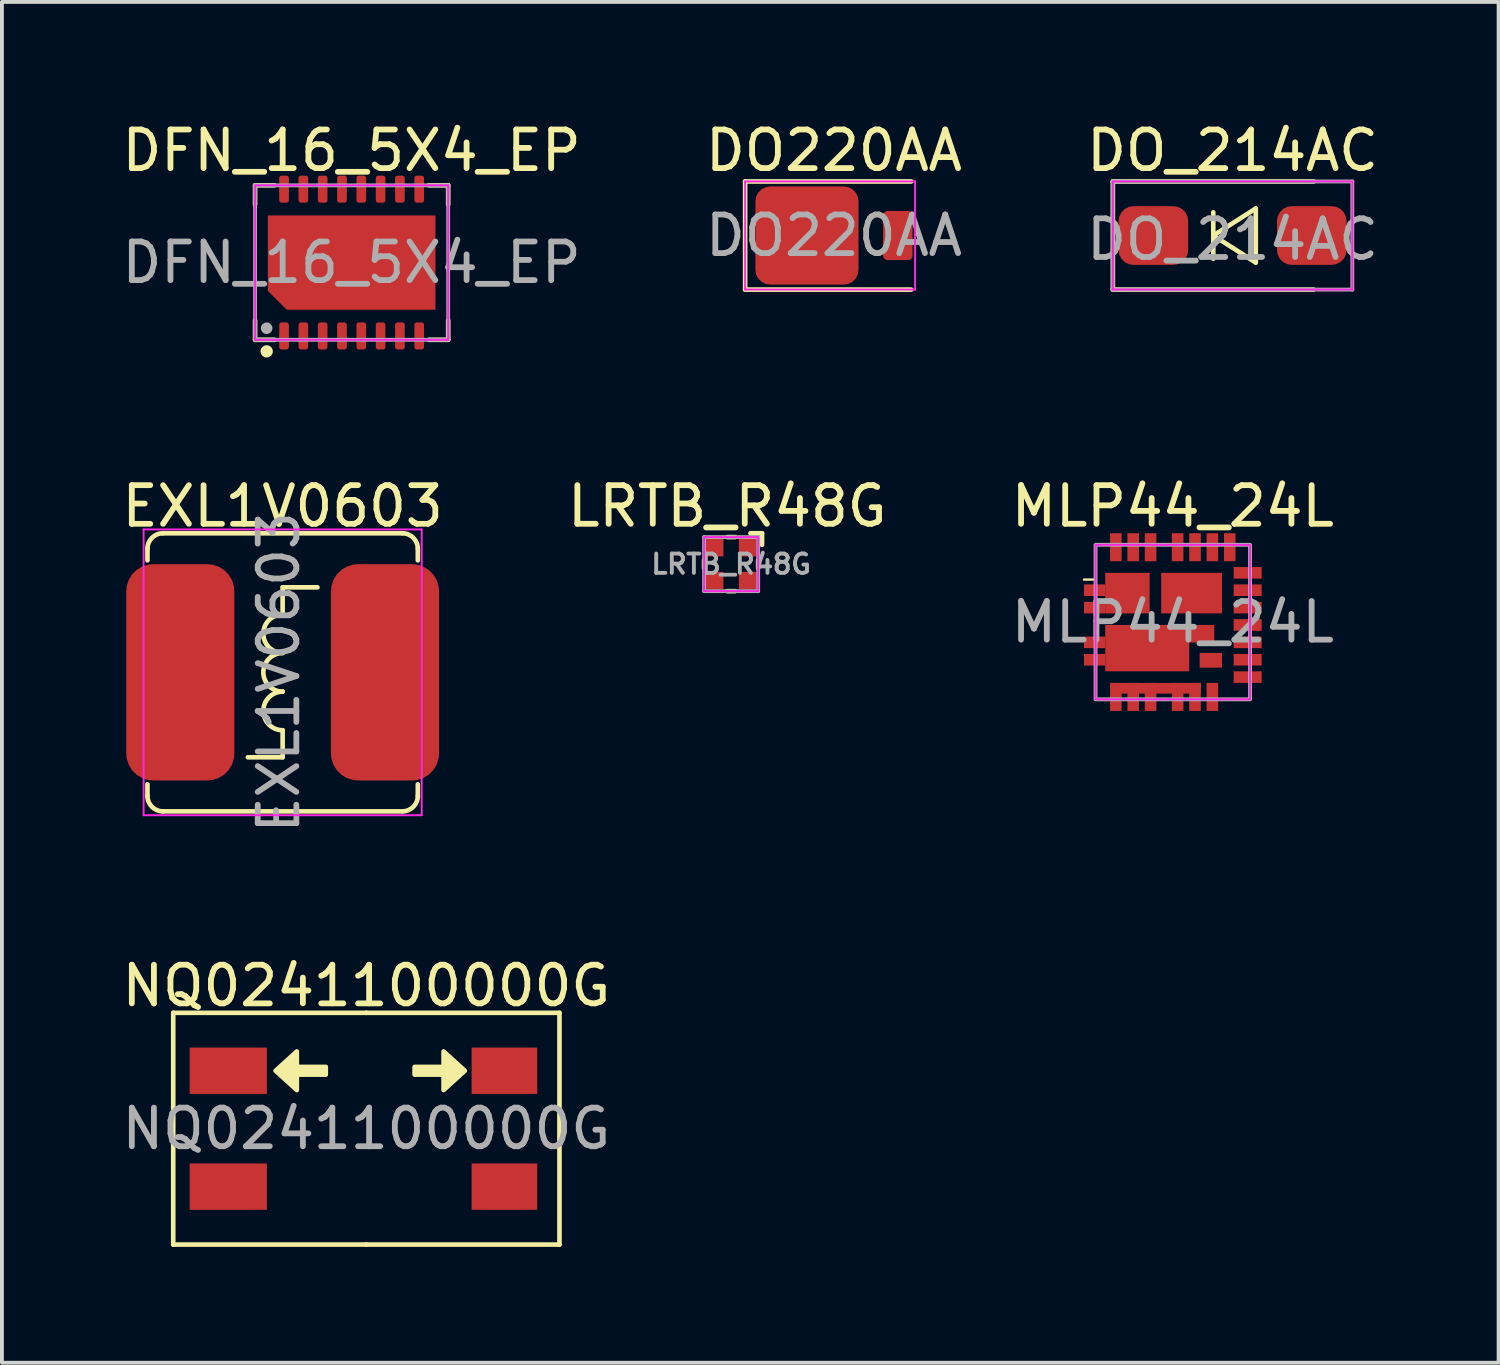
<source format=kicad_pcb>
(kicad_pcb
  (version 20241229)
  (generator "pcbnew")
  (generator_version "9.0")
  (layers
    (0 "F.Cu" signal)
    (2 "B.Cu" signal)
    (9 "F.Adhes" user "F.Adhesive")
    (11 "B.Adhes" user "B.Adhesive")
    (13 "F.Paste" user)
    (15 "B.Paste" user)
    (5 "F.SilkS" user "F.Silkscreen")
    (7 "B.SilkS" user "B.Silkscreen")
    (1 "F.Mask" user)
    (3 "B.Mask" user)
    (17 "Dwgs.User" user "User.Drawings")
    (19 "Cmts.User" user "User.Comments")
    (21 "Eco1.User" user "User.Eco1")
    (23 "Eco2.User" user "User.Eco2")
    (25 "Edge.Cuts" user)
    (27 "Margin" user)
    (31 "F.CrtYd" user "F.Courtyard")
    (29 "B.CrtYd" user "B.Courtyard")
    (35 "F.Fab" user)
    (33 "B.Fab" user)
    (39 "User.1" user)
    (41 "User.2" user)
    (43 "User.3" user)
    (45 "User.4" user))
  (footprint "NQ0241100000G"
    (layer "F.Cu")
    (at 6.435 26.173)
    (property "Reference" "NQ0241100000G" (at 0 -3.7 0) (unlocked yes) (layer "F.SilkS") (effects (font (size 1 1) (thickness 0.15))))
    (attr smd)
    (fp_line (start -5 3) (end -5 -3) (stroke (width 0.12) (type solid)) (layer "F.SilkS"))
    (fp_line (start 0 -3) (end -5 -3) (stroke (width 0.12) (type solid)) (layer "F.SilkS"))
    (fp_line (start 0 -3) (end 5 -3) (stroke (width 0.12) (type solid)) (layer "F.SilkS"))
    (fp_line (start 0 3) (end -5 3) (stroke (width 0.12) (type solid)) (layer "F.SilkS"))
    (fp_line (start 0 3) (end 5 3) (stroke (width 0.12) (type solid)) (layer "F.SilkS"))
    (fp_line (start 5 -3) (end 5 3) (stroke (width 0.12) (type solid)) (layer "F.SilkS"))
    (fp_poly (pts (xy -1.8 -1) (xy -2.35 -1.5) (xy -1.8 -2)) (stroke (width 0.12) (type solid)) (fill yes) (layer "F.SilkS"))
    (fp_poly (pts (xy 2 -2) (xy 2.55 -1.5) (xy 2 -1)) (stroke (width 0.12) (type solid)) (fill yes) (layer "F.SilkS"))
    (fp_poly (pts (xy -1.05 -1.4) (xy -1.8 -1.4) (xy -1.8 -1.6) (xy -1.05 -1.6)) (stroke (width 0.12) (type solid)) (fill yes) (layer "F.SilkS"))
    (fp_poly (pts (xy 1.25 -1.6) (xy 2 -1.6) (xy 2 -1.4) (xy 1.25 -1.4)) (stroke (width 0.12) (type solid)) (fill yes) (layer "F.SilkS"))
    (fp_text user "${REFERENCE}" (at 0 0 0) (unlocked yes) (layer "F.Fab") (effects (font (size 1 1) (thickness 0.15))))
    (pad "1" smd rect (at -3.575 -1.5) (size 2 1.2) (layers "F.Cu" "F.Mask" "F.Paste"))
    (pad "1" smd rect (at 3.575 -1.5) (size 1.7 1.2) (layers "F.Cu" "F.Mask" "F.Paste"))
    (pad "2" smd rect (at -3.575 1.5) (size 2 1.2) (layers "F.Cu" "F.Mask" "F.Paste"))
    (pad "2" smd rect (at 3.575 1.5) (size 1.7 1.2) (layers "F.Cu" "F.Mask" "F.Paste")))
  (footprint "LRTB_R48G"
    (layer "F.Cu")
    (at 15.88 11.556)
    (property "Reference" "LRTB_R48G" (at -0.1 -1.5 0) (unlocked yes) (layer "F.SilkS") (effects (font (size 1 1) (thickness 0.15))))
    (attr smd)
    (fp_line (start -0.7 0.1) (end -0.7 -0.1) (stroke (width 0.12) (type solid)) (layer "F.SilkS"))
    (fp_line (start -0.1 -0.7) (end 0.1 -0.7) (stroke (width 0.12) (type solid)) (layer "F.SilkS"))
    (fp_line (start -0.1 0.7) (end 0.1 0.7) (stroke (width 0.12) (type solid)) (layer "F.SilkS"))
    (fp_line (start 0.5 -0.8) (end 0.8 -0.8) (stroke (width 0.12) (type solid)) (layer "F.SilkS"))
    (fp_line (start 0.7 -0.1) (end 0.7 0.1) (stroke (width 0.12) (type solid)) (layer "F.SilkS"))
    (fp_line (start 0.8 -0.8) (end 0.8 -0.5) (stroke (width 0.12) (type solid)) (layer "F.SilkS"))
    (fp_line (start -0.7 -0.7) (end 0.7 -0.7) (stroke (width 0.05) (type solid)) (layer "F.CrtYd"))
    (fp_line (start -0.7 0.7) (end -0.7 -0.7) (stroke (width 0.05) (type solid)) (layer "F.CrtYd"))
    (fp_line (start 0.7 -0.7) (end 0.7 0.7) (stroke (width 0.05) (type solid)) (layer "F.CrtYd"))
    (fp_line (start 0.7 0.7) (end -0.7 0.7) (stroke (width 0.05) (type solid)) (layer "F.CrtYd"))
    (fp_line (start -0.7 -0.7) (end 0.7 -0.7) (stroke (width 0.1) (type solid)) (layer "F.Fab"))
    (fp_line (start -0.7 0.7) (end -0.7 -0.7) (stroke (width 0.1) (type solid)) (layer "F.Fab"))
    (fp_line (start 0.7 -0.7) (end 0.7 0.7) (stroke (width 0.1) (type solid)) (layer "F.Fab"))
    (fp_line (start 0.7 0.7) (end -0.7 0.7) (stroke (width 0.1) (type solid)) (layer "F.Fab"))
    (fp_text user "${REFERENCE}" (at 0 0 0) (unlocked yes) (layer "F.Fab") (effects (font (size 0.5 0.5) (thickness 0.1))))
    (pad "1" smd rect (at 0.425 -0.425) (size 0.45 0.45) (layers "F.Cu" "F.Mask" "F.Paste"))
    (pad "2" smd rect (at 0.425 0.425) (size 0.45 0.45) (layers "F.Cu" "F.Mask" "F.Paste"))
    (pad "3" smd rect (at -0.425 0.425) (size 0.45 0.45) (layers "F.Cu" "F.Mask" "F.Paste"))
    (pad "4" smd rect (at -0.425 -0.425) (size 0.45 0.45) (layers "F.Cu" "F.Mask" "F.Paste")))
  (footprint "EXL1V0603"
    (layer "F.Cu")
    (at 4.268 14.357)
    (property "Reference" "EXL1V0603" (at 0 -4.3 0) (unlocked yes) (layer "F.SilkS") (effects (font (size 1 1) (thickness 0.15))))
    (attr smd)
    (fp_line (start -3.5 -2.9) (end -3.5 -3.2) (stroke (width 0.12) (type solid)) (layer "F.SilkS"))
    (fp_line (start -3.5 3.2) (end -3.5 2.9) (stroke (width 0.12) (type solid)) (layer "F.SilkS"))
    (fp_line (start -3.1 -3.6) (end 3.1 -3.6) (stroke (width 0.12) (type solid)) (layer "F.SilkS"))
    (fp_line (start -3.1 3.6) (end 3.1 3.6) (stroke (width 0.12) (type solid)) (layer "F.SilkS"))
    (fp_line (start 0 -2.2) (end 0 -1.5) (stroke (width 0.12) (type solid)) (layer "F.SilkS"))
    (fp_line (start 0 -2.2) (end 0.9 -2.2) (stroke (width 0.12) (type solid)) (layer "F.SilkS"))
    (fp_line (start 0 1.5) (end 0 2.2) (stroke (width 0.12) (type solid)) (layer "F.SilkS"))
    (fp_line (start 0 2.2) (end -0.9 2.2) (stroke (width 0.12) (type solid)) (layer "F.SilkS"))
    (fp_line (start 3.5 -3.2) (end 3.5 -2.9) (stroke (width 0.12) (type solid)) (layer "F.SilkS"))
    (fp_line (start 3.5 2.9) (end 3.5 3.2) (stroke (width 0.12) (type solid)) (layer "F.SilkS"))
    (fp_arc (start -3.5 -3.2) (mid -3.382843 -3.482843) (end -3.1 -3.6) (stroke (width 0.12) (type solid)) (layer "F.SilkS"))
    (fp_arc (start -3.1 3.6) (mid -3.382843 3.482843) (end -3.5 3.2) (stroke (width 0.12) (type solid)) (layer "F.SilkS"))
    (fp_arc (start 0 -0.5) (mid -0.5 -1) (end 0 -1.5) (stroke (width 0.12) (type solid)) (layer "F.SilkS"))
    (fp_arc (start 0 0.5) (mid -0.5 0) (end 0 -0.5) (stroke (width 0.12) (type solid)) (layer "F.SilkS"))
    (fp_arc (start 0 1.5) (mid -0.5 1) (end 0 0.5) (stroke (width 0.12) (type solid)) (layer "F.SilkS"))
    (fp_arc (start 3.1 -3.6) (mid 3.382843 -3.482843) (end 3.5 -3.2) (stroke (width 0.12) (type solid)) (layer "F.SilkS"))
    (fp_arc (start 3.5 3.2) (mid 3.382843 3.482843) (end 3.1 3.6) (stroke (width 0.12) (type solid)) (layer "F.SilkS"))
    (fp_line (start -3.6 -3.7) (end -3.6 3.7) (stroke (width 0.05) (type solid)) (layer "F.CrtYd"))
    (fp_line (start -3.6 -3.7) (end 3.6 -3.7) (stroke (width 0.05) (type solid)) (layer "F.CrtYd"))
    (fp_line (start -3.6 3.7) (end 3.6 3.7) (stroke (width 0.05) (type solid)) (layer "F.CrtYd"))
    (fp_line (start 3.6 -3.7) (end 3.6 3.7) (stroke (width 0.05) (type solid)) (layer "F.CrtYd"))
    (fp_text user "${REFERENCE}" (at -0.1 0 90) (unlocked yes) (layer "F.Fab") (effects (font (size 1 1) (thickness 0.15))))
    (pad "1" smd roundrect (at -2.65 0 90) (size 5.6 2.8) (layers "F.Cu" "F.Mask" "F.Paste") (roundrect_rratio 0.25))
    (pad "2" smd roundrect (at 2.65 0 90) (size 5.6 2.8) (layers "F.Cu" "F.Mask" "F.Paste") (roundrect_rratio 0.25)))
  (footprint "MLP44_24L"
    (layer "F.Cu")
    (at 27.315 13.056)
    (property "Reference" "MLP44_24L" (at 0 -3 0) (unlocked yes) (layer "F.SilkS") (effects (font (size 1 1) (thickness 0.15))))
    (attr smd)
    (fp_line (start -2.3 -1.1) (end -2 -1.1) (stroke (width 0.06) (type solid)) (layer "F.SilkS"))
    (fp_line (start -2 -2) (end -1.7 -2) (stroke (width 0.06) (type solid)) (layer "F.SilkS"))
    (fp_line (start -2 -1.1) (end -2 -2) (stroke (width 0.06) (type solid)) (layer "F.SilkS"))
    (fp_line (start -2 -0.1) (end -2 0.2) (stroke (width 0.06) (type solid)) (layer "F.SilkS"))
    (fp_line (start -2 1.3) (end -2 2) (stroke (width 0.06) (type solid)) (layer "F.SilkS"))
    (fp_line (start -2 2) (end -1.8 2) (stroke (width 0.06) (type solid)) (layer "F.SilkS"))
    (fp_line (start -0.3 -2) (end -0.2 -2) (stroke (width 0.06) (type solid)) (layer "F.SilkS"))
    (fp_line (start -0.3 2) (end -0.2 2) (stroke (width 0.06) (type solid)) (layer "F.SilkS"))
    (fp_line (start 1.4 2) (end 2 2) (stroke (width 0.06) (type solid)) (layer "F.SilkS"))
    (fp_line (start 2 -2) (end 1.8 -2) (stroke (width 0.06) (type solid)) (layer "F.SilkS"))
    (fp_line (start 2 -1.6) (end 2 -2) (stroke (width 0.06) (type solid)) (layer "F.SilkS"))
    (fp_line (start 2 2) (end 2 1.7) (stroke (width 0.06) (type solid)) (layer "F.SilkS"))
    (fp_rect (start -2 -2) (end 2 2) (stroke (width 0.05) (type solid)) (fill no) (layer "F.CrtYd"))
    (fp_rect (start -2 -2) (end 2 2) (stroke (width 0.1) (type solid)) (fill no) (layer "F.Fab"))
    (fp_text user "${REFERENCE}" (at 0 0 0) (unlocked yes) (layer "F.Fab") (effects (font (size 1 1) (thickness 0.15))))
    (pad "1" smd rect (at -2.025 -0.825) (size 0.55 0.3) (layers "F.Cu" "F.Mask" "F.Paste"))
    (pad "2" smd rect (at -2.025 -0.375) (size 0.55 0.3) (layers "F.Cu" "F.Mask" "F.Paste"))
    (pad "3" smd rect (at -2.025 0.525) (size 0.55 0.3) (layers "F.Cu" "F.Mask" "F.Paste"))
    (pad "4" smd rect (at -2.025 0.975) (size 0.55 0.3) (layers "F.Cu" "F.Mask" "F.Paste"))
    (pad "5" smd rect (at -1.475 1.938 90) (size 0.725 0.3) (layers "F.Cu" "F.Mask" "F.Paste"))
    (pad "5" smd rect (at -0.45 1.714 180) (size 2.35 0.275) (layers "F.Cu" "F.Mask" "F.Paste"))
    (pad "6" smd rect (at -1.025 1.938 90) (size 0.725 0.3) (layers "F.Cu" "F.Mask" "F.Paste"))
    (pad "7" smd rect (at -0.575 1.938 90) (size 0.725 0.3) (layers "F.Cu" "F.Mask" "F.Paste"))
    (pad "8" smd rect (at 0.125 1.938 90) (size 0.725 0.3) (layers "F.Cu" "F.Mask" "F.Paste"))
    (pad "9" smd rect (at 0.575 1.938 90) (size 0.725 0.3) (layers "F.Cu" "F.Mask" "F.Paste"))
    (pad "10" smd rect (at 1.025 1.938 90) (size 0.725 0.3) (layers "F.Cu" "F.Mask" "F.Paste"))
    (pad "11" smd rect (at 1.938 1.425 180) (size 0.725 0.3) (layers "F.Cu" "F.Mask" "F.Paste"))
    (pad "12" smd rect (at 1.938 0.975 180) (size 0.725 0.3) (layers "F.Cu" "F.Mask" "F.Paste"))
    (pad "13" smd rect (at 1.938 0.525 180) (size 0.725 0.3) (layers "F.Cu" "F.Mask" "F.Paste"))
    (pad "14" smd rect (at 1.938 0.075 180) (size 0.725 0.3) (layers "F.Cu" "F.Mask" "F.Paste"))
    (pad "15" smd rect (at 1.938 -0.375 180) (size 0.725 0.3) (layers "F.Cu" "F.Mask" "F.Paste"))
    (pad "16" smd rect (at 1.938 -0.825 180) (size 0.725 0.3) (layers "F.Cu" "F.Mask" "F.Paste"))
    (pad "17" smd rect (at 1.938 -1.275 180) (size 0.725 0.3) (layers "F.Cu" "F.Mask" "F.Paste"))
    (pad "18" smd rect (at 1.475 -1.938 270) (size 0.725 0.3) (layers "F.Cu" "F.Mask" "F.Paste"))
    (pad "19" smd rect (at 1.025 -1.938 270) (size 0.725 0.3) (layers "F.Cu" "F.Mask" "F.Paste"))
    (pad "20" smd rect (at 0.575 -1.938 270) (size 0.725 0.3) (layers "F.Cu" "F.Mask" "F.Paste"))
    (pad "21" smd rect (at 0.125 -1.938 270) (size 0.725 0.3) (layers "F.Cu" "F.Mask" "F.Paste"))
    (pad "22" smd rect (at -0.575 -1.938 270) (size 0.725 0.3) (layers "F.Cu" "F.Mask" "F.Paste"))
    (pad "23" smd rect (at -1.025 -1.938 270) (size 0.725 0.3) (layers "F.Cu" "F.Mask" "F.Paste"))
    (pad "24" smd rect (at -1.475 -1.938 270) (size 0.725 0.3) (layers "F.Cu" "F.Mask" "F.Paste"))
    (pad "25" smd rect (at 0.487 -0.75) (size 1.575 1.05) (layers "F.Cu" "F.Mask" "F.Paste"))
    (pad "26" smd rect (at -1.175 -0.75) (size 1.15 1.05) (layers "F.Cu" "F.Mask" "F.Paste"))
    (pad "27" smd rect (at -0.662 0.675) (size 2.175 1.2) (layers "F.Cu" "F.Mask" "F.Paste"))
    (pad "27" smd rect (at 0.75 0.302) (size 0.65 0.455) (layers "F.Cu" "F.Mask" "F.Paste"))
    (pad "28" smd rect (at 0.985 0.99) (size 0.58 0.38) (layers "F.Cu" "F.Mask" "F.Paste")))
  (footprint "DO_214AC"
    (layer "F.Cu")
    (at 28.863 3.048)
    (property "Reference" "DO_214AC" (at 0 -2.2 0) (unlocked yes) (layer "F.SilkS") (effects (font (size 1 1) (thickness 0.15))))
    (attr smd)
    (fp_line (start -3.1 -1.4) (end -3.1 1.4) (stroke (width 0.12) (type solid)) (layer "F.SilkS"))
    (fp_line (start -3.1 1.4) (end 2.1 1.4) (stroke (width 0.12) (type solid)) (layer "F.SilkS"))
    (fp_line (start -0.5 -0.6) (end -0.5 0.6) (stroke (width 0.12) (type solid)) (layer "F.SilkS"))
    (fp_line (start -0.5 0) (end 0.6 -0.7) (stroke (width 0.12) (type solid)) (layer "F.SilkS"))
    (fp_line (start 0.6 -0.7) (end 0.6 0.7) (stroke (width 0.12) (type solid)) (layer "F.SilkS"))
    (fp_line (start 0.6 0.7) (end -0.5 0) (stroke (width 0.12) (type solid)) (layer "F.SilkS"))
    (fp_line (start 2.1 -1.4) (end -3.1 -1.4) (stroke (width 0.12) (type solid)) (layer "F.SilkS"))
    (fp_line (start -3.1 -1.4) (end -3.1 1.4) (stroke (width 0.05) (type solid)) (layer "F.CrtYd"))
    (fp_line (start -3.1 1.4) (end 3.1 1.4) (stroke (width 0.05) (type solid)) (layer "F.CrtYd"))
    (fp_line (start 3.1 -1.4) (end -3.1 -1.4) (stroke (width 0.05) (type solid)) (layer "F.CrtYd"))
    (fp_line (start 3.1 1.4) (end 3.1 -1.4) (stroke (width 0.05) (type solid)) (layer "F.CrtYd"))
    (fp_line (start -3.1 -1.4) (end 3.1 -1.4) (stroke (width 0.1) (type solid)) (layer "F.Fab"))
    (fp_line (start -3.1 1.4) (end -3.1 -1.4) (stroke (width 0.1) (type solid)) (layer "F.Fab"))
    (fp_line (start 3.1 -1.4) (end 3.1 1.4) (stroke (width 0.1) (type solid)) (layer "F.Fab"))
    (fp_line (start 3.1 1.4) (end -3.1 1.4) (stroke (width 0.1) (type solid)) (layer "F.Fab"))
    (fp_text user "${REFERENCE}" (at 0 0.1 0) (unlocked yes) (layer "F.Fab") (effects (font (size 1 1) (thickness 0.15))))
    (pad "1" smd roundrect (at -2.05 0) (size 1.8 1.52) (layers "F.Cu" "F.Mask" "F.Paste") (roundrect_rratio 0.25))
    (pad "2" smd roundrect (at 2.05 0) (size 1.8 1.52) (layers "F.Cu" "F.Mask" "F.Paste") (roundrect_rratio 0.25)))
  (footprint "DO220AA"
    (layer "F.Cu")
    (at 18.542 3.048)
    (property "Reference" "DO220AA" (at 0 -2.2 0) (unlocked yes) (layer "F.SilkS") (effects (font (size 1 1) (thickness 0.15))))
    (attr smd)
    (fp_line (start -2.3 -1.4) (end -2.3 1.4) (stroke (width 0.12) (type solid)) (layer "F.SilkS"))
    (fp_line (start -2.3 -1.4) (end 2 -1.4) (stroke (width 0.12) (type solid)) (layer "F.SilkS"))
    (fp_line (start -2.3 1.4) (end 2 1.4) (stroke (width 0.12) (type solid)) (layer "F.SilkS"))
    (fp_line (start -2.3 -1.4) (end 2.1 -1.4) (stroke (width 0.05) (type solid)) (layer "F.CrtYd"))
    (fp_line (start -2.3 1.4) (end -2.3 -1.4) (stroke (width 0.05) (type solid)) (layer "F.CrtYd"))
    (fp_line (start 2.1 -1.4) (end 2.1 1.4) (stroke (width 0.05) (type solid)) (layer "F.CrtYd"))
    (fp_line (start 2.1 1.4) (end -2.3 1.4) (stroke (width 0.05) (type solid)) (layer "F.CrtYd"))
    (fp_text user "${REFERENCE}" (at 0 0 0) (unlocked yes) (layer "F.Fab") (effects (font (size 1 1) (thickness 0.15))))
    (pad "1" smd roundrect (at -0.699 0) (size 2.67 2.54) (layers "F.Cu" "F.Mask" "F.Paste") (roundrect_rratio 0.15))
    (pad "2" smd roundrect (at 1.653 0) (size 0.762 1.27) (layers "F.Cu" "F.Mask" "F.Paste") (roundrect_rratio 0.15)))
  (footprint "DFN_16_5X4_EP"
    (layer "F.Cu")
    (at 6.054 3.748)
    (property "Reference" "DFN_16_5X4_EP" (at 0 -2.9 0) (unlocked yes) (layer "F.SilkS") (effects (font (size 1 1) (thickness 0.15))))
    (attr smd)
    (fp_line (start -2.5 -2) (end -2.5 -1.5) (stroke (width 0.12) (type solid)) (layer "F.SilkS"))
    (fp_line (start -2.5 2) (end -2.5 1.5) (stroke (width 0.12) (type solid)) (layer "F.SilkS"))
    (fp_line (start -2 -2) (end -2.5 -2) (stroke (width 0.12) (type solid)) (layer "F.SilkS"))
    (fp_line (start -2 2) (end -2.5 2) (stroke (width 0.12) (type solid)) (layer "F.SilkS"))
    (fp_line (start 2 -2) (end 2.5 -2) (stroke (width 0.12) (type solid)) (layer "F.SilkS"))
    (fp_line (start 2.5 -2) (end 2.5 -1.5) (stroke (width 0.12) (type solid)) (layer "F.SilkS"))
    (fp_line (start 2.5 2) (end 2 2) (stroke (width 0.12) (type solid)) (layer "F.SilkS"))
    (fp_line (start 2.5 2) (end 2.5 1.5) (stroke (width 0.12) (type solid)) (layer "F.SilkS"))
    (fp_circle (center -2.2 2.3) (end -2.2 2.3) (stroke (width 0.12) (type solid)) (fill no) (layer "F.SilkS"))
    (fp_circle (center -2.2 2.3) (end -2.2 2.3) (stroke (width 0.12) (type solid)) (fill no) (layer "F.SilkS"))
    (fp_circle (center -2.2 2.3) (end -2.1 2.3) (stroke (width 0.12) (type solid)) (fill no) (layer "F.SilkS"))
    (fp_line (start -2.5 -2) (end 2.5 -2) (stroke (width 0.05) (type solid)) (layer "F.CrtYd"))
    (fp_line (start -2.5 2) (end -2.5 -2) (stroke (width 0.05) (type solid)) (layer "F.CrtYd"))
    (fp_line (start 2.5 -2) (end 2.5 2) (stroke (width 0.05) (type solid)) (layer "F.CrtYd"))
    (fp_line (start 2.5 2) (end -2.5 2) (stroke (width 0.05) (type solid)) (layer "F.CrtYd"))
    (fp_line (start -2.5 -2) (end 2.5 -2) (stroke (width 0.1) (type solid)) (layer "F.Fab"))
    (fp_line (start -2.5 2) (end -2.5 -2) (stroke (width 0.1) (type solid)) (layer "F.Fab"))
    (fp_line (start -2.5 2) (end 2.5 2) (stroke (width 0.1) (type solid)) (layer "F.Fab"))
    (fp_line (start 2.5 -2) (end 2.5 2) (stroke (width 0.1) (type solid)) (layer "F.Fab"))
    (fp_circle (center -2.2 1.7) (end -2.2 1.7) (stroke (width 0.1) (type solid)) (fill no) (layer "F.Fab"))
    (fp_circle (center -2.2 1.7) (end -2.2 1.7) (stroke (width 0.1) (type solid)) (fill no) (layer "F.Fab"))
    (fp_circle (center -2.2 1.7) (end -2.1 1.7) (stroke (width 0.1) (type solid)) (fill no) (layer "F.Fab"))
    (fp_text user "${REFERENCE}" (at 0 0 0) (unlocked yes) (layer "F.Fab") (effects (font (size 1 1) (thickness 0.15))))
    (pad "1" smd roundrect (at -1.75 1.9) (size 0.25 0.7) (layers "F.Cu" "F.Mask" "F.Paste") (roundrect_rratio 0.25))
    (pad "2" smd roundrect (at -1.25 1.9) (size 0.25 0.7) (layers "F.Cu" "F.Mask" "F.Paste") (roundrect_rratio 0.25))
    (pad "3" smd roundrect (at -0.75 1.9) (size 0.25 0.7) (layers "F.Cu" "F.Mask" "F.Paste") (roundrect_rratio 0.25))
    (pad "4" smd roundrect (at -0.25 1.9) (size 0.25 0.7) (layers "F.Cu" "F.Mask" "F.Paste") (roundrect_rratio 0.25))
    (pad "5" smd roundrect (at 0.25 1.9) (size 0.25 0.7) (layers "F.Cu" "F.Mask" "F.Paste") (roundrect_rratio 0.25))
    (pad "6" smd roundrect (at 0.75 1.9) (size 0.25 0.7) (layers "F.Cu" "F.Mask" "F.Paste") (roundrect_rratio 0.25))
    (pad "7" smd roundrect (at 1.25 1.9) (size 0.25 0.7) (layers "F.Cu" "F.Mask" "F.Paste") (roundrect_rratio 0.25))
    (pad "8" smd roundrect (at 1.75 1.9) (size 0.25 0.7) (layers "F.Cu" "F.Mask" "F.Paste") (roundrect_rratio 0.25))
    (pad "9" smd roundrect (at 1.75 -1.9) (size 0.25 0.7) (layers "F.Cu" "F.Mask" "F.Paste") (roundrect_rratio 0.25))
    (pad "10" smd roundrect (at 1.25 -1.9) (size 0.25 0.7) (layers "F.Cu" "F.Mask" "F.Paste") (roundrect_rratio 0.25))
    (pad "11" smd roundrect (at 0.75 -1.9) (size 0.25 0.7) (layers "F.Cu" "F.Mask" "F.Paste") (roundrect_rratio 0.25))
    (pad "12" smd roundrect (at 0.25 -1.9) (size 0.25 0.7) (layers "F.Cu" "F.Mask" "F.Paste") (roundrect_rratio 0.25))
    (pad "13" smd roundrect (at -0.25 -1.9) (size 0.25 0.7) (layers "F.Cu" "F.Mask" "F.Paste") (roundrect_rratio 0.25))
    (pad "14" smd roundrect (at -0.75 -1.9) (size 0.25 0.7) (layers "F.Cu" "F.Mask" "F.Paste") (roundrect_rratio 0.25))
    (pad "15" smd roundrect (at -1.25 -1.9) (size 0.25 0.7) (layers "F.Cu" "F.Mask" "F.Paste") (roundrect_rratio 0.25))
    (pad "16" smd roundrect (at -1.75 -1.9) (size 0.25 0.7) (layers "F.Cu" "F.Mask" "F.Paste") (roundrect_rratio 0.25))
    (pad "17" smd roundrect (at 0 0) (size 4.34 2.44) (layers "F.Cu" "F.Mask" "F.Paste") (roundrect_rratio 0) (chamfer_ratio 0.2) (chamfer bottom_left)))
  (gr_rect
    (start -3 -3)
    (end 35.75 32.233)
    (stroke (width 0.1) (type default))
    (fill no)
    (layer "Edge.Cuts")))
</source>
